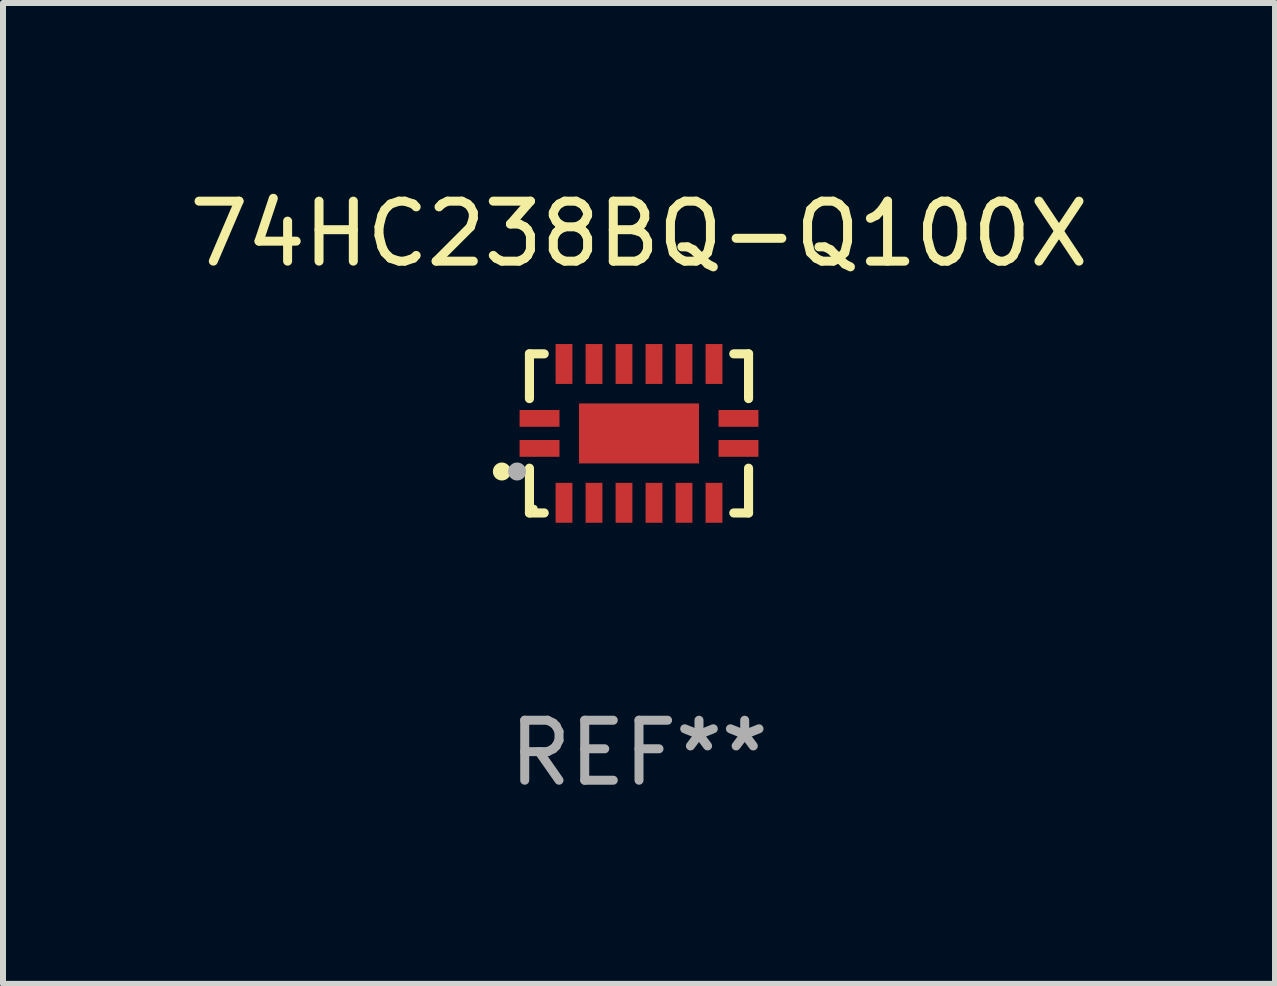
<source format=kicad_pcb>
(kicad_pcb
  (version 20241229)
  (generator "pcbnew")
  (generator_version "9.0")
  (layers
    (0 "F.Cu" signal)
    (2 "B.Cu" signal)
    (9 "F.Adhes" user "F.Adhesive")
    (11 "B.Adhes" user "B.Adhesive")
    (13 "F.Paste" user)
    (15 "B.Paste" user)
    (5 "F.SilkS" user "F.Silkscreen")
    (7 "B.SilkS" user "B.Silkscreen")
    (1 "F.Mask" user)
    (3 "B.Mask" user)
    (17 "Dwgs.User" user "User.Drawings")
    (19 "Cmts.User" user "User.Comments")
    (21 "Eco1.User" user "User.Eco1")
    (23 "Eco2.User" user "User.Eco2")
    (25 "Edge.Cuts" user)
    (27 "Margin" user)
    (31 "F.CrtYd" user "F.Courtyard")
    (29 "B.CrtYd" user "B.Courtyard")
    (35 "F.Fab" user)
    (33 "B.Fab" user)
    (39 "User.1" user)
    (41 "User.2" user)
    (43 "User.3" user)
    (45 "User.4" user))
  (footprint "74HC238BQ-Q100X"
    (layer "F.Cu")
    (at 7.601 4.174)
    (property "Reference" "74HC238BQ-Q100X" (at 0 -3.326 0) (layer "F.SilkS") (effects (font (size 1 1) (thickness 0.15))))
    (attr through_hole)
    (fp_line (start -1.826 -1.326) (end -1.58 -1.326) (stroke (width 0.152) (type solid)) (layer "F.SilkS"))
    (fp_line (start -1.826 -0.58) (end -1.826 -1.326) (stroke (width 0.152) (type solid)) (layer "F.SilkS"))
    (fp_line (start -1.826 0.58) (end -1.826 1.326) (stroke (width 0.152) (type solid)) (layer "F.SilkS"))
    (fp_line (start -1.826 1.326) (end -1.58 1.326) (stroke (width 0.152) (type solid)) (layer "F.SilkS"))
    (fp_line (start 1.826 -1.326) (end 1.58 -1.326) (stroke (width 0.152) (type solid)) (layer "F.SilkS"))
    (fp_line (start 1.826 -0.58) (end 1.826 -1.326) (stroke (width 0.152) (type solid)) (layer "F.SilkS"))
    (fp_line (start 1.826 0.58) (end 1.826 1.326) (stroke (width 0.152) (type solid)) (layer "F.SilkS"))
    (fp_line (start 1.826 1.326) (end 1.58 1.326) (stroke (width 0.152) (type solid)) (layer "F.SilkS"))
    (fp_circle (center -2.286 0.635) (end -2.211 0.635) (stroke (width 0.15) (type solid)) (fill no) (layer "F.SilkS"))
    (fp_circle (center -1.75 1.25) (end -1.72 1.25) (stroke (width 0.06) (type solid)) (fill no) (layer "F.SilkS"))
    (fp_circle (center -2.032 0.635) (end -1.957 0.635) (stroke (width 0.15) (type solid)) (fill no) (layer "F.Fab"))
    (fp_text user "REF**" (at 0 5.326 0) (layer "F.Fab") (effects (font (size 1 1) (thickness 0.15))))
    (pad "1" smd rect (at -1.658 0.25) (size 0.665 0.28) (layers "F.Cu" "F.Mask" "F.Paste"))
    (pad "2" smd rect (at -1.25 1.157) (size 0.28 0.665) (layers "F.Cu" "F.Mask" "F.Paste"))
    (pad "3" smd rect (at -0.75 1.157) (size 0.28 0.665) (layers "F.Cu" "F.Mask" "F.Paste"))
    (pad "4" smd rect (at -0.25 1.157) (size 0.28 0.665) (layers "F.Cu" "F.Mask" "F.Paste"))
    (pad "5" smd rect (at 0.25 1.157) (size 0.28 0.665) (layers "F.Cu" "F.Mask" "F.Paste"))
    (pad "6" smd rect (at 0.75 1.157) (size 0.28 0.665) (layers "F.Cu" "F.Mask" "F.Paste"))
    (pad "7" smd rect (at 1.25 1.157) (size 0.28 0.665) (layers "F.Cu" "F.Mask" "F.Paste"))
    (pad "8" smd rect (at 1.658 0.25) (size 0.665 0.28) (layers "F.Cu" "F.Mask" "F.Paste"))
    (pad "9" smd rect (at 1.658 -0.25) (size 0.665 0.28) (layers "F.Cu" "F.Mask" "F.Paste"))
    (pad "10" smd rect (at 1.25 -1.157) (size 0.28 0.665) (layers "F.Cu" "F.Mask" "F.Paste"))
    (pad "11" smd rect (at 0.75 -1.157) (size 0.28 0.665) (layers "F.Cu" "F.Mask" "F.Paste"))
    (pad "12" smd rect (at 0.25 -1.157) (size 0.28 0.665) (layers "F.Cu" "F.Mask" "F.Paste"))
    (pad "13" smd rect (at -0.25 -1.157) (size 0.28 0.665) (layers "F.Cu" "F.Mask" "F.Paste"))
    (pad "14" smd rect (at -0.75 -1.157) (size 0.28 0.665) (layers "F.Cu" "F.Mask" "F.Paste"))
    (pad "15" smd rect (at -1.25 -1.157) (size 0.28 0.665) (layers "F.Cu" "F.Mask" "F.Paste"))
    (pad "16" smd rect (at -1.658 -0.25) (size 0.665 0.28) (layers "F.Cu" "F.Mask" "F.Paste"))
    (pad "17" smd rect (at 0 0) (size 2 1) (layers "F.Cu" "F.Mask" "F.Paste")))
  (gr_rect
    (start -3 -3)
    (end 18.202 13.349)
    (stroke (width 0.1) (type default))
    (fill no)
    (layer "Edge.Cuts")))
</source>
